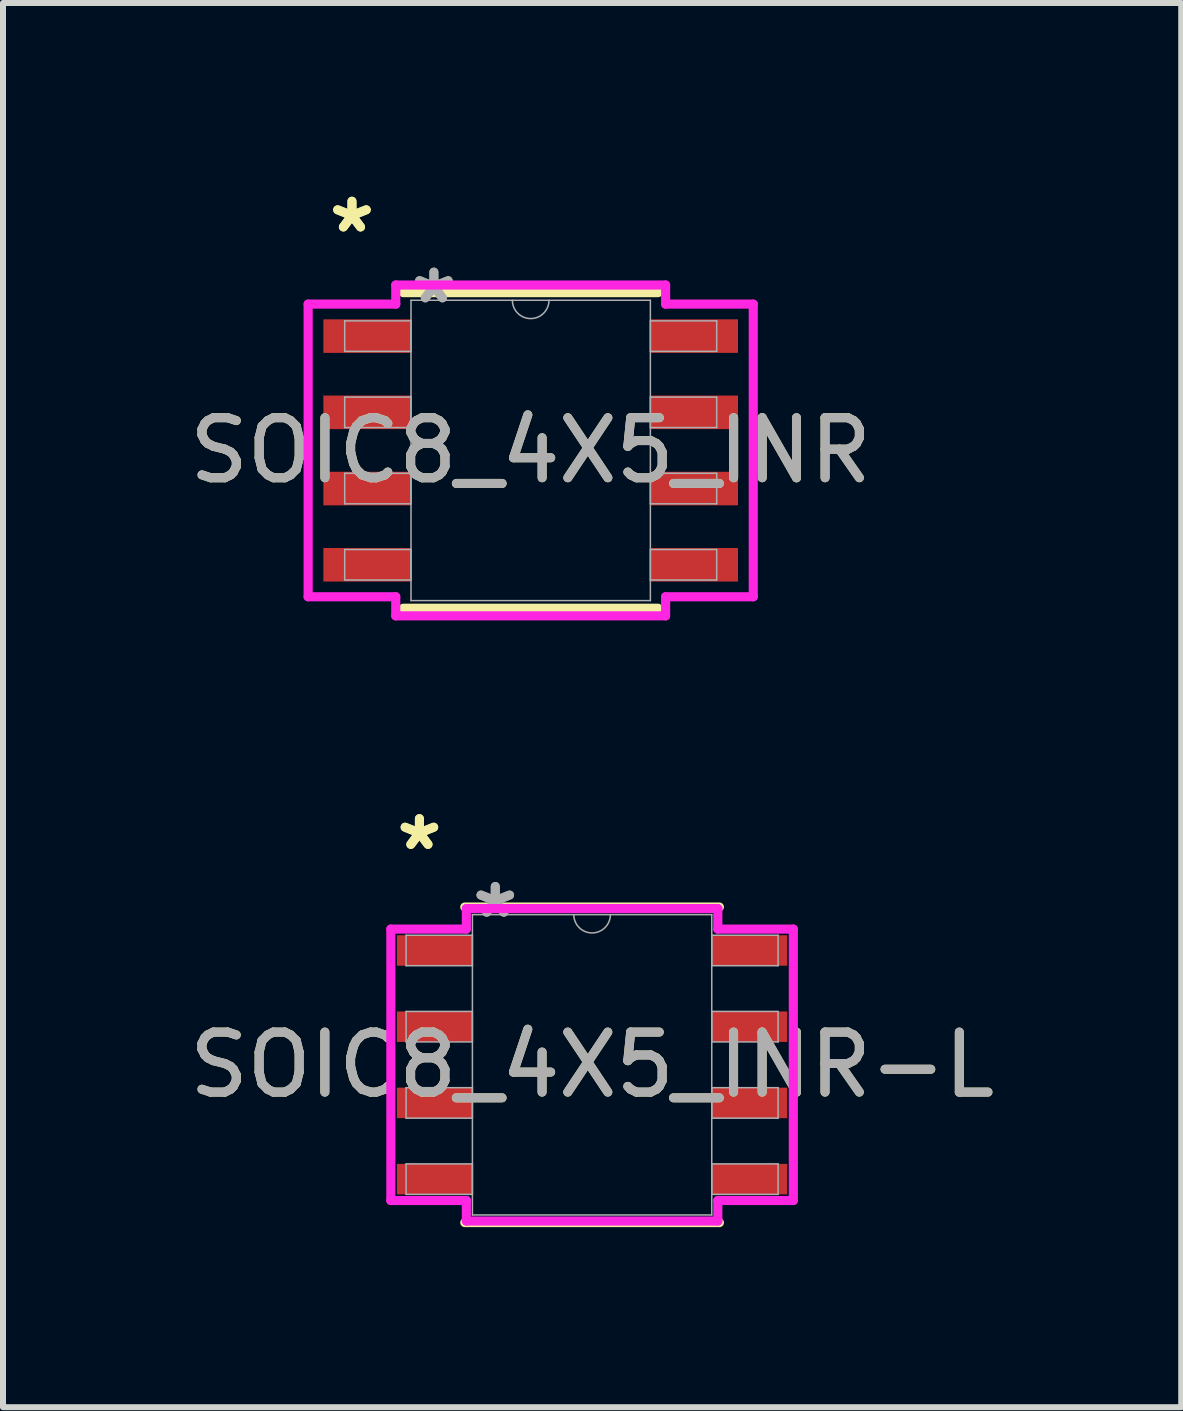
<source format=kicad_pcb>
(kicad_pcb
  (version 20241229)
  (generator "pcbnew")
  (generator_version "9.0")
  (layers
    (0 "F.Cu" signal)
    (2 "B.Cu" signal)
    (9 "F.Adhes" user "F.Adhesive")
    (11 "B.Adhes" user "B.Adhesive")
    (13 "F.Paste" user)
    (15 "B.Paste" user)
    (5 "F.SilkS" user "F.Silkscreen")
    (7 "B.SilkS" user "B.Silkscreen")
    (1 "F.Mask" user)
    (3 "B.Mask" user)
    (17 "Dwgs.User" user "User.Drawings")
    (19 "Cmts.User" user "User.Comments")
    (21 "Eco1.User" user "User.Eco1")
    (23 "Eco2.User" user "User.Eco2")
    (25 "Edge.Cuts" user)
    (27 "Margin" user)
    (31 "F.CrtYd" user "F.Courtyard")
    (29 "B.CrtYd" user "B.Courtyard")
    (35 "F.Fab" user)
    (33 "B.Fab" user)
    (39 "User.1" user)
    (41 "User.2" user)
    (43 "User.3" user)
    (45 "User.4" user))
  (footprint "SOIC8_4X5_INR-L"
    (layer "F.Cu")
    (at 6.815 14.691)
    (property "Reference" "SOIC8_4X5_INR-L" (at 0 0 0) (unlocked yes) (layer "F.SilkS") (effects (font (size 1 1) (thickness 0.15))))
    (attr smd)
    (fp_line (start -2.121 2.629) (end 2.121 2.629) (stroke (width 0.152) (type solid)) (layer "F.SilkS"))
    (fp_line (start 2.121 -2.629) (end -2.121 -2.629) (stroke (width 0.152) (type solid)) (layer "F.SilkS"))
    (fp_line (start -3.353 -2.261) (end -2.095 -2.261) (stroke (width 0.152) (type solid)) (layer "F.CrtYd"))
    (fp_line (start -3.353 2.261) (end -3.353 -2.261) (stroke (width 0.152) (type solid)) (layer "F.CrtYd"))
    (fp_line (start -3.353 2.261) (end -2.095 2.261) (stroke (width 0.152) (type solid)) (layer "F.CrtYd"))
    (fp_line (start -2.095 -2.603) (end 2.095 -2.603) (stroke (width 0.152) (type solid)) (layer "F.CrtYd"))
    (fp_line (start -2.095 -2.261) (end -2.095 -2.603) (stroke (width 0.152) (type solid)) (layer "F.CrtYd"))
    (fp_line (start -2.095 2.603) (end -2.095 2.261) (stroke (width 0.152) (type solid)) (layer "F.CrtYd"))
    (fp_line (start 2.095 -2.603) (end 2.095 -2.261) (stroke (width 0.152) (type solid)) (layer "F.CrtYd"))
    (fp_line (start 2.095 2.261) (end 2.095 2.603) (stroke (width 0.152) (type solid)) (layer "F.CrtYd"))
    (fp_line (start 2.095 2.603) (end -2.095 2.603) (stroke (width 0.152) (type solid)) (layer "F.CrtYd"))
    (fp_line (start 3.353 -2.261) (end 2.095 -2.261) (stroke (width 0.152) (type solid)) (layer "F.CrtYd"))
    (fp_line (start 3.353 -2.261) (end 3.353 2.261) (stroke (width 0.152) (type solid)) (layer "F.CrtYd"))
    (fp_line (start 3.353 2.261) (end 2.095 2.261) (stroke (width 0.152) (type solid)) (layer "F.CrtYd"))
    (fp_line (start -3.099 -2.159) (end -3.099 -1.651) (stroke (width 0.025) (type solid)) (layer "F.Fab"))
    (fp_line (start -3.099 -1.651) (end -1.994 -1.651) (stroke (width 0.025) (type solid)) (layer "F.Fab"))
    (fp_line (start -3.099 -0.889) (end -3.099 -0.381) (stroke (width 0.025) (type solid)) (layer "F.Fab"))
    (fp_line (start -3.099 -0.381) (end -1.994 -0.381) (stroke (width 0.025) (type solid)) (layer "F.Fab"))
    (fp_line (start -3.099 0.381) (end -3.099 0.889) (stroke (width 0.025) (type solid)) (layer "F.Fab"))
    (fp_line (start -3.099 0.889) (end -1.994 0.889) (stroke (width 0.025) (type solid)) (layer "F.Fab"))
    (fp_line (start -3.099 1.651) (end -3.099 2.159) (stroke (width 0.025) (type solid)) (layer "F.Fab"))
    (fp_line (start -3.099 2.159) (end -1.994 2.159) (stroke (width 0.025) (type solid)) (layer "F.Fab"))
    (fp_line (start -1.994 -2.502) (end -1.994 2.502) (stroke (width 0.025) (type solid)) (layer "F.Fab"))
    (fp_line (start -1.994 -2.159) (end -3.099 -2.159) (stroke (width 0.025) (type solid)) (layer "F.Fab"))
    (fp_line (start -1.994 -1.651) (end -1.994 -2.159) (stroke (width 0.025) (type solid)) (layer "F.Fab"))
    (fp_line (start -1.994 -0.889) (end -3.099 -0.889) (stroke (width 0.025) (type solid)) (layer "F.Fab"))
    (fp_line (start -1.994 -0.381) (end -1.994 -0.889) (stroke (width 0.025) (type solid)) (layer "F.Fab"))
    (fp_line (start -1.994 0.381) (end -3.099 0.381) (stroke (width 0.025) (type solid)) (layer "F.Fab"))
    (fp_line (start -1.994 0.889) (end -1.994 0.381) (stroke (width 0.025) (type solid)) (layer "F.Fab"))
    (fp_line (start -1.994 1.651) (end -3.099 1.651) (stroke (width 0.025) (type solid)) (layer "F.Fab"))
    (fp_line (start -1.994 2.159) (end -1.994 1.651) (stroke (width 0.025) (type solid)) (layer "F.Fab"))
    (fp_line (start -1.994 2.502) (end 1.994 2.502) (stroke (width 0.025) (type solid)) (layer "F.Fab"))
    (fp_line (start 1.994 -2.502) (end -1.994 -2.502) (stroke (width 0.025) (type solid)) (layer "F.Fab"))
    (fp_line (start 1.994 -2.159) (end 1.994 -1.651) (stroke (width 0.025) (type solid)) (layer "F.Fab"))
    (fp_line (start 1.994 -1.651) (end 3.099 -1.651) (stroke (width 0.025) (type solid)) (layer "F.Fab"))
    (fp_line (start 1.994 -0.889) (end 1.994 -0.381) (stroke (width 0.025) (type solid)) (layer "F.Fab"))
    (fp_line (start 1.994 -0.381) (end 3.099 -0.381) (stroke (width 0.025) (type solid)) (layer "F.Fab"))
    (fp_line (start 1.994 0.381) (end 1.994 0.889) (stroke (width 0.025) (type solid)) (layer "F.Fab"))
    (fp_line (start 1.994 0.889) (end 3.099 0.889) (stroke (width 0.025) (type solid)) (layer "F.Fab"))
    (fp_line (start 1.994 1.651) (end 1.994 2.159) (stroke (width 0.025) (type solid)) (layer "F.Fab"))
    (fp_line (start 1.994 2.159) (end 3.099 2.159) (stroke (width 0.025) (type solid)) (layer "F.Fab"))
    (fp_line (start 1.994 2.502) (end 1.994 -2.502) (stroke (width 0.025) (type solid)) (layer "F.Fab"))
    (fp_line (start 3.099 -2.159) (end 1.994 -2.159) (stroke (width 0.025) (type solid)) (layer "F.Fab"))
    (fp_line (start 3.099 -1.651) (end 3.099 -2.159) (stroke (width 0.025) (type solid)) (layer "F.Fab"))
    (fp_line (start 3.099 -0.889) (end 1.994 -0.889) (stroke (width 0.025) (type solid)) (layer "F.Fab"))
    (fp_line (start 3.099 -0.381) (end 3.099 -0.889) (stroke (width 0.025) (type solid)) (layer "F.Fab"))
    (fp_line (start 3.099 0.381) (end 1.994 0.381) (stroke (width 0.025) (type solid)) (layer "F.Fab"))
    (fp_line (start 3.099 0.889) (end 3.099 0.381) (stroke (width 0.025) (type solid)) (layer "F.Fab"))
    (fp_line (start 3.099 1.651) (end 1.994 1.651) (stroke (width 0.025) (type solid)) (layer "F.Fab"))
    (fp_line (start 3.099 2.159) (end 3.099 1.651) (stroke (width 0.025) (type solid)) (layer "F.Fab"))
    (fp_arc (start 0.3048 -2.5019) (mid 0 -2.1971) (end -0.3048 -2.5019) (stroke (width 0.0254) (type solid)) (layer "F.Fab"))
    (fp_text user "*" (at -2.877 -3.556 0) (unlocked yes) (layer "F.SilkS") (effects (font (size 1 1) (thickness 0.15))))
    (fp_text user "*" (at -2.877 -3.556 0) (layer "F.SilkS") (effects (font (size 1 1) (thickness 0.15))))
    (fp_text user "${REFERENCE}" (at 0 0 0) (unlocked yes) (layer "F.Fab") (effects (font (size 1 1) (thickness 0.15))))
    (fp_text user "*" (at -1.613 -2.426 0) (layer "F.Fab") (effects (font (size 1 1) (thickness 0.15))))
    (fp_text user "*" (at -1.613 -2.426 0) (unlocked yes) (layer "F.Fab") (effects (font (size 1 1) (thickness 0.15))))
    (pad "1" smd rect (at -2.623 -1.905) (size 1.257 0.508) (layers "F.Cu" "F.Mask" "F.Paste"))
    (pad "2" smd rect (at -2.623 -0.635) (size 1.257 0.508) (layers "F.Cu" "F.Mask" "F.Paste"))
    (pad "3" smd rect (at -2.623 0.635) (size 1.257 0.508) (layers "F.Cu" "F.Mask" "F.Paste"))
    (pad "4" smd rect (at -2.623 1.905) (size 1.257 0.508) (layers "F.Cu" "F.Mask" "F.Paste"))
    (pad "5" smd rect (at 2.623 1.905) (size 1.257 0.508) (layers "F.Cu" "F.Mask" "F.Paste"))
    (pad "6" smd rect (at 2.623 0.635) (size 1.257 0.508) (layers "F.Cu" "F.Mask" "F.Paste"))
    (pad "7" smd rect (at 2.623 -0.635) (size 1.257 0.508) (layers "F.Cu" "F.Mask" "F.Paste"))
    (pad "8" smd rect (at 2.623 -1.905) (size 1.257 0.508) (layers "F.Cu" "F.Mask" "F.Paste")))
  (footprint "SOIC8_4X5_INR"
    (layer "F.Cu")
    (at 5.792 4.455)
    (property "Reference" "SOIC8_4X5_INR" (at 0 0 0) (unlocked yes) (layer "F.SilkS") (effects (font (size 1 1) (thickness 0.15))))
    (attr smd)
    (fp_line (start -2.121 2.629) (end 2.121 2.629) (stroke (width 0.152) (type solid)) (layer "F.SilkS"))
    (fp_line (start 2.121 -2.629) (end -2.121 -2.629) (stroke (width 0.152) (type solid)) (layer "F.SilkS"))
    (fp_line (start -3.708 -2.438) (end -2.248 -2.438) (stroke (width 0.152) (type solid)) (layer "F.CrtYd"))
    (fp_line (start -3.708 2.438) (end -3.708 -2.438) (stroke (width 0.152) (type solid)) (layer "F.CrtYd"))
    (fp_line (start -3.708 2.438) (end -2.248 2.438) (stroke (width 0.152) (type solid)) (layer "F.CrtYd"))
    (fp_line (start -2.248 -2.756) (end 2.248 -2.756) (stroke (width 0.152) (type solid)) (layer "F.CrtYd"))
    (fp_line (start -2.248 -2.438) (end -2.248 -2.756) (stroke (width 0.152) (type solid)) (layer "F.CrtYd"))
    (fp_line (start -2.248 2.756) (end -2.248 2.438) (stroke (width 0.152) (type solid)) (layer "F.CrtYd"))
    (fp_line (start 2.248 -2.756) (end 2.248 -2.438) (stroke (width 0.152) (type solid)) (layer "F.CrtYd"))
    (fp_line (start 2.248 2.438) (end 2.248 2.756) (stroke (width 0.152) (type solid)) (layer "F.CrtYd"))
    (fp_line (start 2.248 2.756) (end -2.248 2.756) (stroke (width 0.152) (type solid)) (layer "F.CrtYd"))
    (fp_line (start 3.708 -2.438) (end 2.248 -2.438) (stroke (width 0.152) (type solid)) (layer "F.CrtYd"))
    (fp_line (start 3.708 -2.438) (end 3.708 2.438) (stroke (width 0.152) (type solid)) (layer "F.CrtYd"))
    (fp_line (start 3.708 2.438) (end 2.248 2.438) (stroke (width 0.152) (type solid)) (layer "F.CrtYd"))
    (fp_line (start -3.099 -2.159) (end -3.099 -1.651) (stroke (width 0.025) (type solid)) (layer "F.Fab"))
    (fp_line (start -3.099 -1.651) (end -1.994 -1.651) (stroke (width 0.025) (type solid)) (layer "F.Fab"))
    (fp_line (start -3.099 -0.889) (end -3.099 -0.381) (stroke (width 0.025) (type solid)) (layer "F.Fab"))
    (fp_line (start -3.099 -0.381) (end -1.994 -0.381) (stroke (width 0.025) (type solid)) (layer "F.Fab"))
    (fp_line (start -3.099 0.381) (end -3.099 0.889) (stroke (width 0.025) (type solid)) (layer "F.Fab"))
    (fp_line (start -3.099 0.889) (end -1.994 0.889) (stroke (width 0.025) (type solid)) (layer "F.Fab"))
    (fp_line (start -3.099 1.651) (end -3.099 2.159) (stroke (width 0.025) (type solid)) (layer "F.Fab"))
    (fp_line (start -3.099 2.159) (end -1.994 2.159) (stroke (width 0.025) (type solid)) (layer "F.Fab"))
    (fp_line (start -1.994 -2.502) (end -1.994 2.502) (stroke (width 0.025) (type solid)) (layer "F.Fab"))
    (fp_line (start -1.994 -2.159) (end -3.099 -2.159) (stroke (width 0.025) (type solid)) (layer "F.Fab"))
    (fp_line (start -1.994 -1.651) (end -1.994 -2.159) (stroke (width 0.025) (type solid)) (layer "F.Fab"))
    (fp_line (start -1.994 -0.889) (end -3.099 -0.889) (stroke (width 0.025) (type solid)) (layer "F.Fab"))
    (fp_line (start -1.994 -0.381) (end -1.994 -0.889) (stroke (width 0.025) (type solid)) (layer "F.Fab"))
    (fp_line (start -1.994 0.381) (end -3.099 0.381) (stroke (width 0.025) (type solid)) (layer "F.Fab"))
    (fp_line (start -1.994 0.889) (end -1.994 0.381) (stroke (width 0.025) (type solid)) (layer "F.Fab"))
    (fp_line (start -1.994 1.651) (end -3.099 1.651) (stroke (width 0.025) (type solid)) (layer "F.Fab"))
    (fp_line (start -1.994 2.159) (end -1.994 1.651) (stroke (width 0.025) (type solid)) (layer "F.Fab"))
    (fp_line (start -1.994 2.502) (end 1.994 2.502) (stroke (width 0.025) (type solid)) (layer "F.Fab"))
    (fp_line (start 1.994 -2.502) (end -1.994 -2.502) (stroke (width 0.025) (type solid)) (layer "F.Fab"))
    (fp_line (start 1.994 -2.159) (end 1.994 -1.651) (stroke (width 0.025) (type solid)) (layer "F.Fab"))
    (fp_line (start 1.994 -1.651) (end 3.099 -1.651) (stroke (width 0.025) (type solid)) (layer "F.Fab"))
    (fp_line (start 1.994 -0.889) (end 1.994 -0.381) (stroke (width 0.025) (type solid)) (layer "F.Fab"))
    (fp_line (start 1.994 -0.381) (end 3.099 -0.381) (stroke (width 0.025) (type solid)) (layer "F.Fab"))
    (fp_line (start 1.994 0.381) (end 1.994 0.889) (stroke (width 0.025) (type solid)) (layer "F.Fab"))
    (fp_line (start 1.994 0.889) (end 3.099 0.889) (stroke (width 0.025) (type solid)) (layer "F.Fab"))
    (fp_line (start 1.994 1.651) (end 1.994 2.159) (stroke (width 0.025) (type solid)) (layer "F.Fab"))
    (fp_line (start 1.994 2.159) (end 3.099 2.159) (stroke (width 0.025) (type solid)) (layer "F.Fab"))
    (fp_line (start 1.994 2.502) (end 1.994 -2.502) (stroke (width 0.025) (type solid)) (layer "F.Fab"))
    (fp_line (start 3.099 -2.159) (end 1.994 -2.159) (stroke (width 0.025) (type solid)) (layer "F.Fab"))
    (fp_line (start 3.099 -1.651) (end 3.099 -2.159) (stroke (width 0.025) (type solid)) (layer "F.Fab"))
    (fp_line (start 3.099 -0.889) (end 1.994 -0.889) (stroke (width 0.025) (type solid)) (layer "F.Fab"))
    (fp_line (start 3.099 -0.381) (end 3.099 -0.889) (stroke (width 0.025) (type solid)) (layer "F.Fab"))
    (fp_line (start 3.099 0.381) (end 1.994 0.381) (stroke (width 0.025) (type solid)) (layer "F.Fab"))
    (fp_line (start 3.099 0.889) (end 3.099 0.381) (stroke (width 0.025) (type solid)) (layer "F.Fab"))
    (fp_line (start 3.099 1.651) (end 1.994 1.651) (stroke (width 0.025) (type solid)) (layer "F.Fab"))
    (fp_line (start 3.099 2.159) (end 3.099 1.651) (stroke (width 0.025) (type solid)) (layer "F.Fab"))
    (fp_arc (start 0.3048 -2.5019) (mid 0 -2.1971) (end -0.3048 -2.5019) (stroke (width 0.0254) (type solid)) (layer "F.Fab"))
    (fp_text user "*" (at -2.978 -3.607 0) (unlocked yes) (layer "F.SilkS") (effects (font (size 1 1) (thickness 0.15))))
    (fp_text user "*" (at -2.978 -3.607 0) (layer "F.SilkS") (effects (font (size 1 1) (thickness 0.15))))
    (fp_text user "${REFERENCE}" (at 0 0 0) (unlocked yes) (layer "F.Fab") (effects (font (size 1 1) (thickness 0.15))))
    (fp_text user "*" (at -1.613 -2.426 0) (layer "F.Fab") (effects (font (size 1 1) (thickness 0.15))))
    (fp_text user "*" (at -1.613 -2.426 0) (unlocked yes) (layer "F.Fab") (effects (font (size 1 1) (thickness 0.15))))
    (pad "1" smd rect (at -2.724 -1.905) (size 1.46 0.559) (layers "F.Cu" "F.Mask" "F.Paste"))
    (pad "2" smd rect (at -2.724 -0.635) (size 1.46 0.559) (layers "F.Cu" "F.Mask" "F.Paste"))
    (pad "3" smd rect (at -2.724 0.635) (size 1.46 0.559) (layers "F.Cu" "F.Mask" "F.Paste"))
    (pad "4" smd rect (at -2.724 1.905) (size 1.46 0.559) (layers "F.Cu" "F.Mask" "F.Paste"))
    (pad "5" smd rect (at 2.724 1.905) (size 1.46 0.559) (layers "F.Cu" "F.Mask" "F.Paste"))
    (pad "6" smd rect (at 2.724 0.635) (size 1.46 0.559) (layers "F.Cu" "F.Mask" "F.Paste"))
    (pad "7" smd rect (at 2.724 -0.635) (size 1.46 0.559) (layers "F.Cu" "F.Mask" "F.Paste"))
    (pad "8" smd rect (at 2.724 -1.905) (size 1.46 0.559) (layers "F.Cu" "F.Mask" "F.Paste")))
  (gr_rect
    (start -3 -3)
    (end 16.631 20.396)
    (stroke (width 0.1) (type default))
    (fill no)
    (layer "Edge.Cuts")))
</source>
